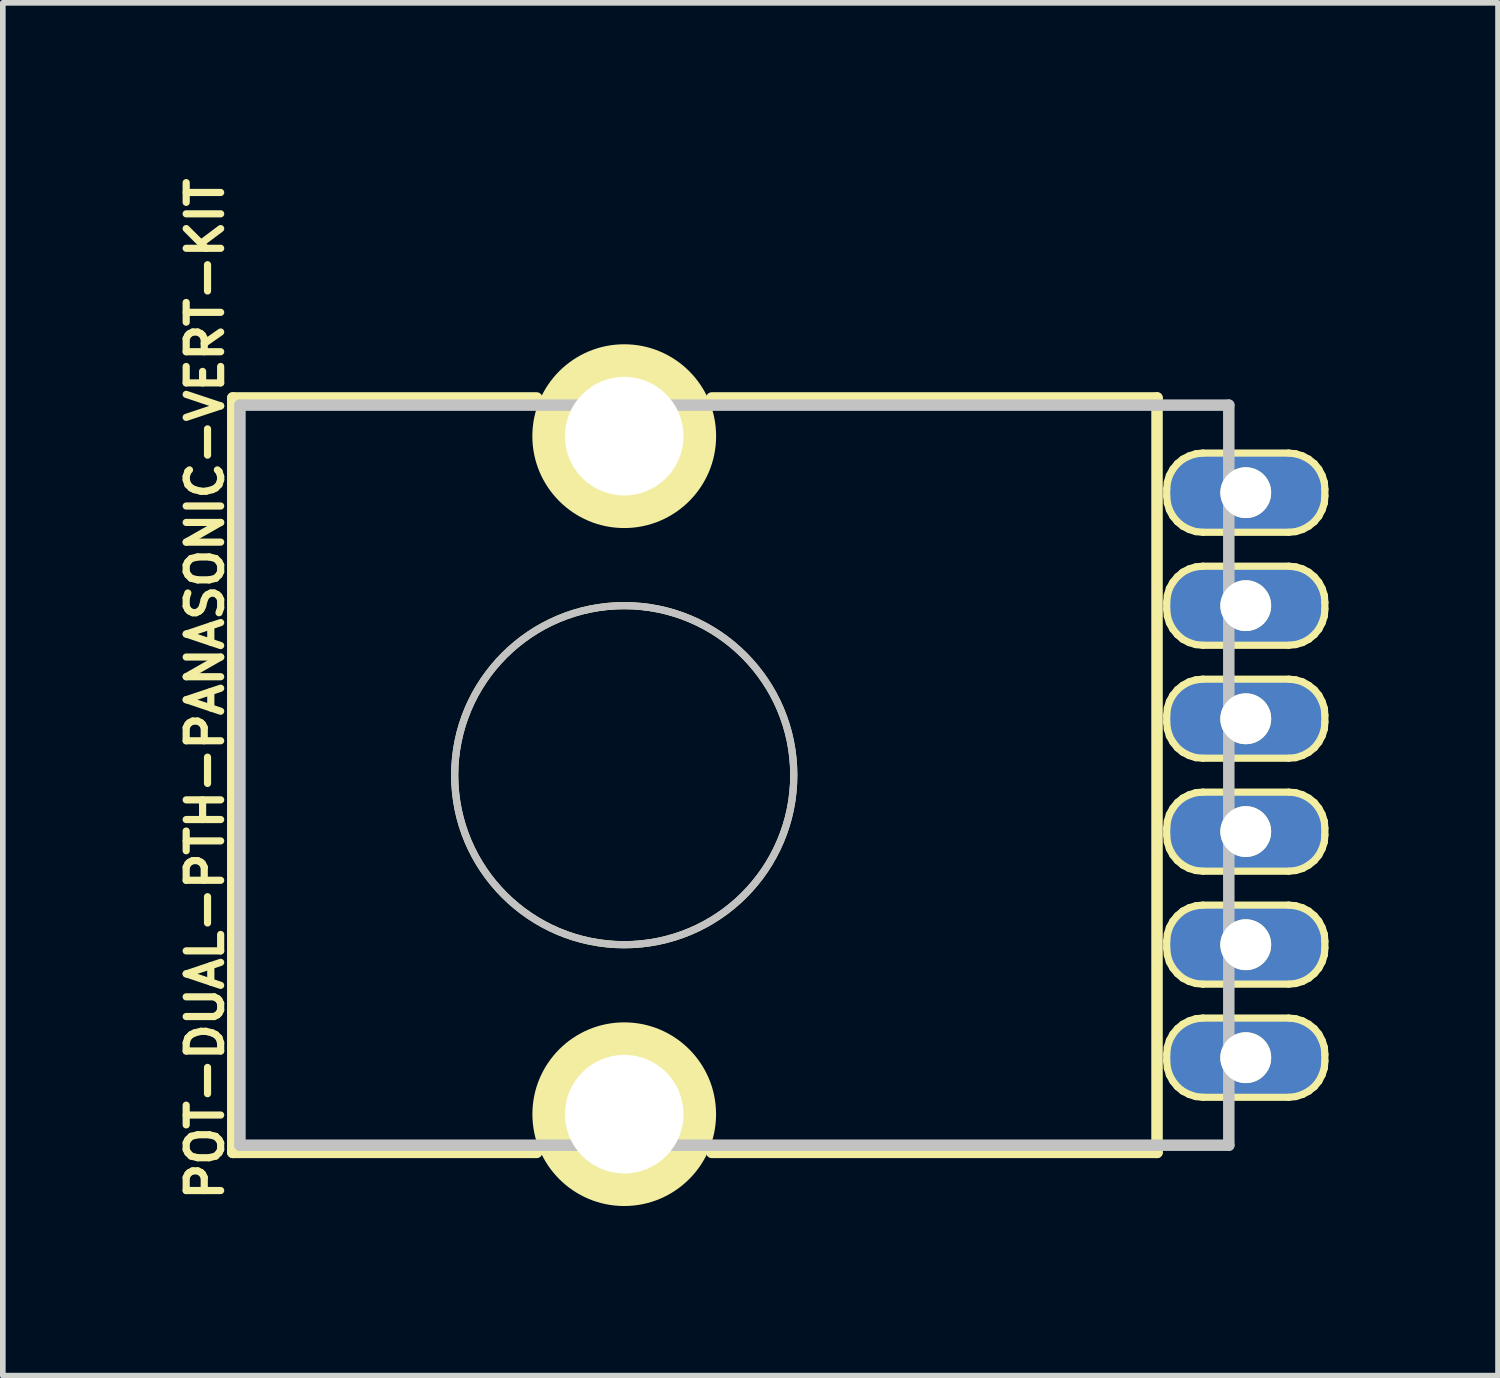
<source format=kicad_pcb>
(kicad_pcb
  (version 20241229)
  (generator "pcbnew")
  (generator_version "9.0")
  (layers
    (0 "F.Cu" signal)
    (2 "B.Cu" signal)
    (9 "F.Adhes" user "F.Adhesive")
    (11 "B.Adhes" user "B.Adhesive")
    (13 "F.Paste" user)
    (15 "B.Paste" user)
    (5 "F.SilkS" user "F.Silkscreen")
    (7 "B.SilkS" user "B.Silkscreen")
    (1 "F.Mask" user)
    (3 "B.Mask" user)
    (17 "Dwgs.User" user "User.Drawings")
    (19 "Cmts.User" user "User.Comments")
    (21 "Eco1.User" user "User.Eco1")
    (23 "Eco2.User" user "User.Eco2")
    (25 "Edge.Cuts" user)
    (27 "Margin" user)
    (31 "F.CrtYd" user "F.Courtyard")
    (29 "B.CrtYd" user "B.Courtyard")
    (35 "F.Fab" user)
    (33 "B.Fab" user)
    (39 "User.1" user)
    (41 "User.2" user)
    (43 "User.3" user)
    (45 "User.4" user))
  (footprint "POT-DUAL-PTH-PANASONIC-VERT-KIT"
    (layer "F.Cu")
    (at 7.996 10.667)
    (property "Reference" "POT-DUAL-PTH-PANASONIC-VERT-KIT" (at -7.417 -1.524 90) (layer "F.SilkS") (effects (font (size 0.61 0.61) (thickness 0.127))))
    (attr exclude_from_pos_files exclude_from_bom)
    (fp_line (start -6.927 -6.675) (end -1.549 -6.675) (stroke (width 0.203) (type solid)) (layer "F.SilkS"))
    (fp_line (start -6.927 6.675) (end -6.927 -6.675) (stroke (width 0.203) (type solid)) (layer "F.SilkS"))
    (fp_line (start -1.549 6.675) (end -6.927 6.675) (stroke (width 0.203) (type solid)) (layer "F.SilkS"))
    (fp_line (start 1.549 -6.675) (end 9.428 -6.675) (stroke (width 0.203) (type solid)) (layer "F.SilkS"))
    (fp_line (start 9.428 -6.675) (end 9.428 6.675) (stroke (width 0.203) (type solid)) (layer "F.SilkS"))
    (fp_line (start 9.428 6.675) (end 1.549 6.675) (stroke (width 0.203) (type solid)) (layer "F.SilkS"))
    (fp_line (start 9.599 -5.06) (end 9.611 -5.184) (stroke (width 0.127) (type solid)) (layer "F.SilkS"))
    (fp_line (start 9.599 -4.94) (end 9.599 -5.06) (stroke (width 0.127) (type solid)) (layer "F.SilkS"))
    (fp_line (start 9.599 -3.058) (end 9.611 -3.183) (stroke (width 0.127) (type solid)) (layer "F.SilkS"))
    (fp_line (start 9.599 -2.939) (end 9.599 -3.058) (stroke (width 0.127) (type solid)) (layer "F.SilkS"))
    (fp_line (start 9.599 -1.059) (end 9.611 -1.184) (stroke (width 0.127) (type solid)) (layer "F.SilkS"))
    (fp_line (start 9.599 -0.94) (end 9.599 -1.059) (stroke (width 0.127) (type solid)) (layer "F.SilkS"))
    (fp_line (start 9.599 0.94) (end 9.611 0.815) (stroke (width 0.127) (type solid)) (layer "F.SilkS"))
    (fp_line (start 9.599 1.059) (end 9.599 0.94) (stroke (width 0.127) (type solid)) (layer "F.SilkS"))
    (fp_line (start 9.599 2.939) (end 9.611 2.814) (stroke (width 0.127) (type solid)) (layer "F.SilkS"))
    (fp_line (start 9.599 3.058) (end 9.599 2.939) (stroke (width 0.127) (type solid)) (layer "F.SilkS"))
    (fp_line (start 9.599 4.94) (end 9.611 4.813) (stroke (width 0.127) (type solid)) (layer "F.SilkS"))
    (fp_line (start 9.599 5.06) (end 9.599 4.94) (stroke (width 0.127) (type solid)) (layer "F.SilkS"))
    (fp_line (start 9.611 -5.184) (end 9.647 -5.304) (stroke (width 0.127) (type solid)) (layer "F.SilkS"))
    (fp_line (start 9.611 -4.813) (end 9.599 -4.94) (stroke (width 0.127) (type solid)) (layer "F.SilkS"))
    (fp_line (start 9.611 -3.183) (end 9.647 -3.305) (stroke (width 0.127) (type solid)) (layer "F.SilkS"))
    (fp_line (start 9.611 -2.814) (end 9.599 -2.939) (stroke (width 0.127) (type solid)) (layer "F.SilkS"))
    (fp_line (start 9.611 -1.184) (end 9.647 -1.303) (stroke (width 0.127) (type solid)) (layer "F.SilkS"))
    (fp_line (start 9.611 -0.815) (end 9.599 -0.94) (stroke (width 0.127) (type solid)) (layer "F.SilkS"))
    (fp_line (start 9.611 0.815) (end 9.647 0.693) (stroke (width 0.127) (type solid)) (layer "F.SilkS"))
    (fp_line (start 9.611 1.184) (end 9.599 1.059) (stroke (width 0.127) (type solid)) (layer "F.SilkS"))
    (fp_line (start 9.611 2.814) (end 9.647 2.695) (stroke (width 0.127) (type solid)) (layer "F.SilkS"))
    (fp_line (start 9.611 3.183) (end 9.599 3.058) (stroke (width 0.127) (type solid)) (layer "F.SilkS"))
    (fp_line (start 9.611 4.813) (end 9.647 4.694) (stroke (width 0.127) (type solid)) (layer "F.SilkS"))
    (fp_line (start 9.611 5.184) (end 9.599 5.06) (stroke (width 0.127) (type solid)) (layer "F.SilkS"))
    (fp_line (start 9.647 -5.304) (end 9.708 -5.415) (stroke (width 0.127) (type solid)) (layer "F.SilkS"))
    (fp_line (start 9.647 -4.694) (end 9.611 -4.813) (stroke (width 0.127) (type solid)) (layer "F.SilkS"))
    (fp_line (start 9.647 -3.305) (end 9.708 -3.414) (stroke (width 0.127) (type solid)) (layer "F.SilkS"))
    (fp_line (start 9.647 -2.695) (end 9.611 -2.814) (stroke (width 0.127) (type solid)) (layer "F.SilkS"))
    (fp_line (start 9.647 -1.303) (end 9.708 -1.415) (stroke (width 0.127) (type solid)) (layer "F.SilkS"))
    (fp_line (start 9.647 -0.693) (end 9.611 -0.815) (stroke (width 0.127) (type solid)) (layer "F.SilkS"))
    (fp_line (start 9.647 0.693) (end 9.708 0.584) (stroke (width 0.127) (type solid)) (layer "F.SilkS"))
    (fp_line (start 9.647 1.303) (end 9.611 1.184) (stroke (width 0.127) (type solid)) (layer "F.SilkS"))
    (fp_line (start 9.647 2.695) (end 9.708 2.583) (stroke (width 0.127) (type solid)) (layer "F.SilkS"))
    (fp_line (start 9.647 3.305) (end 9.611 3.183) (stroke (width 0.127) (type solid)) (layer "F.SilkS"))
    (fp_line (start 9.647 4.694) (end 9.708 4.582) (stroke (width 0.127) (type solid)) (layer "F.SilkS"))
    (fp_line (start 9.647 5.304) (end 9.611 5.184) (stroke (width 0.127) (type solid)) (layer "F.SilkS"))
    (fp_line (start 9.708 -5.415) (end 9.787 -5.512) (stroke (width 0.127) (type solid)) (layer "F.SilkS"))
    (fp_line (start 9.708 -4.582) (end 9.647 -4.694) (stroke (width 0.127) (type solid)) (layer "F.SilkS"))
    (fp_line (start 9.708 -3.414) (end 9.787 -3.51) (stroke (width 0.127) (type solid)) (layer "F.SilkS"))
    (fp_line (start 9.708 -2.583) (end 9.647 -2.695) (stroke (width 0.127) (type solid)) (layer "F.SilkS"))
    (fp_line (start 9.708 -1.415) (end 9.787 -1.511) (stroke (width 0.127) (type solid)) (layer "F.SilkS"))
    (fp_line (start 9.708 -0.584) (end 9.647 -0.693) (stroke (width 0.127) (type solid)) (layer "F.SilkS"))
    (fp_line (start 9.708 0.584) (end 9.787 0.485) (stroke (width 0.127) (type solid)) (layer "F.SilkS"))
    (fp_line (start 9.708 1.415) (end 9.647 1.303) (stroke (width 0.127) (type solid)) (layer "F.SilkS"))
    (fp_line (start 9.708 2.583) (end 9.787 2.487) (stroke (width 0.127) (type solid)) (layer "F.SilkS"))
    (fp_line (start 9.708 3.414) (end 9.647 3.305) (stroke (width 0.127) (type solid)) (layer "F.SilkS"))
    (fp_line (start 9.708 4.582) (end 9.787 4.486) (stroke (width 0.127) (type solid)) (layer "F.SilkS"))
    (fp_line (start 9.708 5.415) (end 9.647 5.304) (stroke (width 0.127) (type solid)) (layer "F.SilkS"))
    (fp_line (start 9.787 -5.512) (end 9.883 -5.591) (stroke (width 0.127) (type solid)) (layer "F.SilkS"))
    (fp_line (start 9.787 -4.486) (end 9.708 -4.582) (stroke (width 0.127) (type solid)) (layer "F.SilkS"))
    (fp_line (start 9.787 -3.51) (end 9.883 -3.592) (stroke (width 0.127) (type solid)) (layer "F.SilkS"))
    (fp_line (start 9.787 -2.487) (end 9.708 -2.583) (stroke (width 0.127) (type solid)) (layer "F.SilkS"))
    (fp_line (start 9.787 -1.511) (end 9.883 -1.59) (stroke (width 0.127) (type solid)) (layer "F.SilkS"))
    (fp_line (start 9.787 -0.485) (end 9.708 -0.584) (stroke (width 0.127) (type solid)) (layer "F.SilkS"))
    (fp_line (start 9.787 0.485) (end 9.883 0.406) (stroke (width 0.127) (type solid)) (layer "F.SilkS"))
    (fp_line (start 9.787 1.511) (end 9.708 1.415) (stroke (width 0.127) (type solid)) (layer "F.SilkS"))
    (fp_line (start 9.787 2.487) (end 9.883 2.405) (stroke (width 0.127) (type solid)) (layer "F.SilkS"))
    (fp_line (start 9.787 3.51) (end 9.708 3.414) (stroke (width 0.127) (type solid)) (layer "F.SilkS"))
    (fp_line (start 9.787 4.486) (end 9.883 4.407) (stroke (width 0.127) (type solid)) (layer "F.SilkS"))
    (fp_line (start 9.787 5.512) (end 9.708 5.415) (stroke (width 0.127) (type solid)) (layer "F.SilkS"))
    (fp_line (start 9.883 -5.591) (end 9.995 -5.649) (stroke (width 0.127) (type solid)) (layer "F.SilkS"))
    (fp_line (start 9.883 -4.407) (end 9.787 -4.486) (stroke (width 0.127) (type solid)) (layer "F.SilkS"))
    (fp_line (start 9.883 -3.592) (end 9.995 -3.65) (stroke (width 0.127) (type solid)) (layer "F.SilkS"))
    (fp_line (start 9.883 -2.405) (end 9.787 -2.487) (stroke (width 0.127) (type solid)) (layer "F.SilkS"))
    (fp_line (start 9.883 -1.59) (end 9.995 -1.651) (stroke (width 0.127) (type solid)) (layer "F.SilkS"))
    (fp_line (start 9.883 -0.406) (end 9.787 -0.485) (stroke (width 0.127) (type solid)) (layer "F.SilkS"))
    (fp_line (start 9.883 0.406) (end 9.995 0.348) (stroke (width 0.127) (type solid)) (layer "F.SilkS"))
    (fp_line (start 9.883 1.59) (end 9.787 1.511) (stroke (width 0.127) (type solid)) (layer "F.SilkS"))
    (fp_line (start 9.883 2.405) (end 9.995 2.347) (stroke (width 0.127) (type solid)) (layer "F.SilkS"))
    (fp_line (start 9.883 3.592) (end 9.787 3.51) (stroke (width 0.127) (type solid)) (layer "F.SilkS"))
    (fp_line (start 9.883 4.407) (end 9.995 4.348) (stroke (width 0.127) (type solid)) (layer "F.SilkS"))
    (fp_line (start 9.883 5.591) (end 9.787 5.512) (stroke (width 0.127) (type solid)) (layer "F.SilkS"))
    (fp_line (start 9.995 -5.649) (end 10.114 -5.687) (stroke (width 0.127) (type solid)) (layer "F.SilkS"))
    (fp_line (start 9.995 -4.348) (end 9.883 -4.407) (stroke (width 0.127) (type solid)) (layer "F.SilkS"))
    (fp_line (start 9.995 -3.65) (end 10.114 -3.686) (stroke (width 0.127) (type solid)) (layer "F.SilkS"))
    (fp_line (start 9.995 -2.347) (end 9.883 -2.405) (stroke (width 0.127) (type solid)) (layer "F.SilkS"))
    (fp_line (start 9.995 -1.651) (end 10.114 -1.687) (stroke (width 0.127) (type solid)) (layer "F.SilkS"))
    (fp_line (start 9.995 -0.348) (end 9.883 -0.406) (stroke (width 0.127) (type solid)) (layer "F.SilkS"))
    (fp_line (start 9.995 0.348) (end 10.114 0.31) (stroke (width 0.127) (type solid)) (layer "F.SilkS"))
    (fp_line (start 9.995 1.651) (end 9.883 1.59) (stroke (width 0.127) (type solid)) (layer "F.SilkS"))
    (fp_line (start 9.995 2.347) (end 10.114 2.311) (stroke (width 0.127) (type solid)) (layer "F.SilkS"))
    (fp_line (start 9.995 3.65) (end 9.883 3.592) (stroke (width 0.127) (type solid)) (layer "F.SilkS"))
    (fp_line (start 9.995 4.348) (end 10.114 4.31) (stroke (width 0.127) (type solid)) (layer "F.SilkS"))
    (fp_line (start 9.995 5.649) (end 9.883 5.591) (stroke (width 0.127) (type solid)) (layer "F.SilkS"))
    (fp_line (start 10.114 -5.687) (end 10.239 -5.7) (stroke (width 0.127) (type solid)) (layer "F.SilkS"))
    (fp_line (start 10.114 -4.31) (end 9.995 -4.348) (stroke (width 0.127) (type solid)) (layer "F.SilkS"))
    (fp_line (start 10.114 -3.686) (end 10.239 -3.698) (stroke (width 0.127) (type solid)) (layer "F.SilkS"))
    (fp_line (start 10.114 -2.311) (end 9.995 -2.347) (stroke (width 0.127) (type solid)) (layer "F.SilkS"))
    (fp_line (start 10.114 -1.687) (end 10.239 -1.699) (stroke (width 0.127) (type solid)) (layer "F.SilkS"))
    (fp_line (start 10.114 -0.31) (end 9.995 -0.348) (stroke (width 0.127) (type solid)) (layer "F.SilkS"))
    (fp_line (start 10.114 0.31) (end 10.239 0.3) (stroke (width 0.127) (type solid)) (layer "F.SilkS"))
    (fp_line (start 10.114 1.687) (end 9.995 1.651) (stroke (width 0.127) (type solid)) (layer "F.SilkS"))
    (fp_line (start 10.114 2.311) (end 10.239 2.299) (stroke (width 0.127) (type solid)) (layer "F.SilkS"))
    (fp_line (start 10.114 3.686) (end 9.995 3.65) (stroke (width 0.127) (type solid)) (layer "F.SilkS"))
    (fp_line (start 10.114 4.31) (end 10.239 4.298) (stroke (width 0.127) (type solid)) (layer "F.SilkS"))
    (fp_line (start 10.114 5.687) (end 9.995 5.649) (stroke (width 0.127) (type solid)) (layer "F.SilkS"))
    (fp_line (start 10.239 -5.7) (end 11.758 -5.7) (stroke (width 0.127) (type solid)) (layer "F.SilkS"))
    (fp_line (start 10.239 -4.298) (end 10.114 -4.31) (stroke (width 0.127) (type solid)) (layer "F.SilkS"))
    (fp_line (start 10.239 -3.698) (end 11.758 -3.698) (stroke (width 0.127) (type solid)) (layer "F.SilkS"))
    (fp_line (start 10.239 -2.299) (end 10.114 -2.311) (stroke (width 0.127) (type solid)) (layer "F.SilkS"))
    (fp_line (start 10.239 -1.699) (end 11.758 -1.699) (stroke (width 0.127) (type solid)) (layer "F.SilkS"))
    (fp_line (start 10.239 -0.3) (end 10.114 -0.31) (stroke (width 0.127) (type solid)) (layer "F.SilkS"))
    (fp_line (start 10.239 0.3) (end 11.758 0.3) (stroke (width 0.127) (type solid)) (layer "F.SilkS"))
    (fp_line (start 10.239 1.699) (end 10.114 1.687) (stroke (width 0.127) (type solid)) (layer "F.SilkS"))
    (fp_line (start 10.239 2.299) (end 11.758 2.299) (stroke (width 0.127) (type solid)) (layer "F.SilkS"))
    (fp_line (start 10.239 3.698) (end 10.114 3.686) (stroke (width 0.127) (type solid)) (layer "F.SilkS"))
    (fp_line (start 10.239 4.298) (end 11.758 4.298) (stroke (width 0.127) (type solid)) (layer "F.SilkS"))
    (fp_line (start 10.239 5.7) (end 10.114 5.687) (stroke (width 0.127) (type solid)) (layer "F.SilkS"))
    (fp_line (start 11.758 -5.7) (end 11.882 -5.687) (stroke (width 0.127) (type solid)) (layer "F.SilkS"))
    (fp_line (start 11.758 -4.298) (end 10.239 -4.298) (stroke (width 0.127) (type solid)) (layer "F.SilkS"))
    (fp_line (start 11.758 -3.698) (end 11.882 -3.686) (stroke (width 0.127) (type solid)) (layer "F.SilkS"))
    (fp_line (start 11.758 -2.299) (end 10.239 -2.299) (stroke (width 0.127) (type solid)) (layer "F.SilkS"))
    (fp_line (start 11.758 -1.699) (end 11.882 -1.687) (stroke (width 0.127) (type solid)) (layer "F.SilkS"))
    (fp_line (start 11.758 -0.3) (end 10.239 -0.3) (stroke (width 0.127) (type solid)) (layer "F.SilkS"))
    (fp_line (start 11.758 0.3) (end 11.882 0.31) (stroke (width 0.127) (type solid)) (layer "F.SilkS"))
    (fp_line (start 11.758 1.699) (end 10.239 1.699) (stroke (width 0.127) (type solid)) (layer "F.SilkS"))
    (fp_line (start 11.758 2.299) (end 11.882 2.311) (stroke (width 0.127) (type solid)) (layer "F.SilkS"))
    (fp_line (start 11.758 3.698) (end 10.239 3.698) (stroke (width 0.127) (type solid)) (layer "F.SilkS"))
    (fp_line (start 11.758 4.298) (end 11.882 4.31) (stroke (width 0.127) (type solid)) (layer "F.SilkS"))
    (fp_line (start 11.758 5.7) (end 10.239 5.7) (stroke (width 0.127) (type solid)) (layer "F.SilkS"))
    (fp_line (start 11.882 -5.687) (end 12.004 -5.649) (stroke (width 0.127) (type solid)) (layer "F.SilkS"))
    (fp_line (start 11.882 -4.31) (end 11.758 -4.298) (stroke (width 0.127) (type solid)) (layer "F.SilkS"))
    (fp_line (start 11.882 -3.686) (end 12.004 -3.65) (stroke (width 0.127) (type solid)) (layer "F.SilkS"))
    (fp_line (start 11.882 -2.311) (end 11.758 -2.299) (stroke (width 0.127) (type solid)) (layer "F.SilkS"))
    (fp_line (start 11.882 -1.687) (end 12.004 -1.651) (stroke (width 0.127) (type solid)) (layer "F.SilkS"))
    (fp_line (start 11.882 -0.31) (end 11.758 -0.3) (stroke (width 0.127) (type solid)) (layer "F.SilkS"))
    (fp_line (start 11.882 0.31) (end 12.004 0.348) (stroke (width 0.127) (type solid)) (layer "F.SilkS"))
    (fp_line (start 11.882 1.687) (end 11.758 1.699) (stroke (width 0.127) (type solid)) (layer "F.SilkS"))
    (fp_line (start 11.882 2.311) (end 12.004 2.347) (stroke (width 0.127) (type solid)) (layer "F.SilkS"))
    (fp_line (start 11.882 3.686) (end 11.758 3.698) (stroke (width 0.127) (type solid)) (layer "F.SilkS"))
    (fp_line (start 11.882 4.31) (end 12.004 4.348) (stroke (width 0.127) (type solid)) (layer "F.SilkS"))
    (fp_line (start 11.882 5.687) (end 11.758 5.7) (stroke (width 0.127) (type solid)) (layer "F.SilkS"))
    (fp_line (start 12.004 -5.649) (end 12.113 -5.591) (stroke (width 0.127) (type solid)) (layer "F.SilkS"))
    (fp_line (start 12.004 -4.348) (end 11.882 -4.31) (stroke (width 0.127) (type solid)) (layer "F.SilkS"))
    (fp_line (start 12.004 -3.65) (end 12.113 -3.592) (stroke (width 0.127) (type solid)) (layer "F.SilkS"))
    (fp_line (start 12.004 -2.347) (end 11.882 -2.311) (stroke (width 0.127) (type solid)) (layer "F.SilkS"))
    (fp_line (start 12.004 -1.651) (end 12.113 -1.59) (stroke (width 0.127) (type solid)) (layer "F.SilkS"))
    (fp_line (start 12.004 -0.348) (end 11.882 -0.31) (stroke (width 0.127) (type solid)) (layer "F.SilkS"))
    (fp_line (start 12.004 0.348) (end 12.113 0.406) (stroke (width 0.127) (type solid)) (layer "F.SilkS"))
    (fp_line (start 12.004 1.651) (end 11.882 1.687) (stroke (width 0.127) (type solid)) (layer "F.SilkS"))
    (fp_line (start 12.004 2.347) (end 12.113 2.405) (stroke (width 0.127) (type solid)) (layer "F.SilkS"))
    (fp_line (start 12.004 3.65) (end 11.882 3.686) (stroke (width 0.127) (type solid)) (layer "F.SilkS"))
    (fp_line (start 12.004 4.348) (end 12.113 4.407) (stroke (width 0.127) (type solid)) (layer "F.SilkS"))
    (fp_line (start 12.004 5.649) (end 11.882 5.687) (stroke (width 0.127) (type solid)) (layer "F.SilkS"))
    (fp_line (start 12.113 -5.591) (end 12.212 -5.512) (stroke (width 0.127) (type solid)) (layer "F.SilkS"))
    (fp_line (start 12.113 -4.407) (end 12.004 -4.348) (stroke (width 0.127) (type solid)) (layer "F.SilkS"))
    (fp_line (start 12.113 -3.592) (end 12.212 -3.51) (stroke (width 0.127) (type solid)) (layer "F.SilkS"))
    (fp_line (start 12.113 -2.405) (end 12.004 -2.347) (stroke (width 0.127) (type solid)) (layer "F.SilkS"))
    (fp_line (start 12.113 -1.59) (end 12.212 -1.511) (stroke (width 0.127) (type solid)) (layer "F.SilkS"))
    (fp_line (start 12.113 -0.406) (end 12.004 -0.348) (stroke (width 0.127) (type solid)) (layer "F.SilkS"))
    (fp_line (start 12.113 0.406) (end 12.212 0.485) (stroke (width 0.127) (type solid)) (layer "F.SilkS"))
    (fp_line (start 12.113 1.59) (end 12.004 1.651) (stroke (width 0.127) (type solid)) (layer "F.SilkS"))
    (fp_line (start 12.113 2.405) (end 12.212 2.487) (stroke (width 0.127) (type solid)) (layer "F.SilkS"))
    (fp_line (start 12.113 3.592) (end 12.004 3.65) (stroke (width 0.127) (type solid)) (layer "F.SilkS"))
    (fp_line (start 12.113 4.407) (end 12.212 4.486) (stroke (width 0.127) (type solid)) (layer "F.SilkS"))
    (fp_line (start 12.113 5.591) (end 12.004 5.649) (stroke (width 0.127) (type solid)) (layer "F.SilkS"))
    (fp_line (start 12.212 -5.512) (end 12.291 -5.415) (stroke (width 0.127) (type solid)) (layer "F.SilkS"))
    (fp_line (start 12.212 -4.486) (end 12.113 -4.407) (stroke (width 0.127) (type solid)) (layer "F.SilkS"))
    (fp_line (start 12.212 -3.51) (end 12.291 -3.414) (stroke (width 0.127) (type solid)) (layer "F.SilkS"))
    (fp_line (start 12.212 -2.487) (end 12.113 -2.405) (stroke (width 0.127) (type solid)) (layer "F.SilkS"))
    (fp_line (start 12.212 -1.511) (end 12.291 -1.415) (stroke (width 0.127) (type solid)) (layer "F.SilkS"))
    (fp_line (start 12.212 -0.485) (end 12.113 -0.406) (stroke (width 0.127) (type solid)) (layer "F.SilkS"))
    (fp_line (start 12.212 0.485) (end 12.291 0.584) (stroke (width 0.127) (type solid)) (layer "F.SilkS"))
    (fp_line (start 12.212 1.511) (end 12.113 1.59) (stroke (width 0.127) (type solid)) (layer "F.SilkS"))
    (fp_line (start 12.212 2.487) (end 12.291 2.583) (stroke (width 0.127) (type solid)) (layer "F.SilkS"))
    (fp_line (start 12.212 3.51) (end 12.113 3.592) (stroke (width 0.127) (type solid)) (layer "F.SilkS"))
    (fp_line (start 12.212 4.486) (end 12.291 4.582) (stroke (width 0.127) (type solid)) (layer "F.SilkS"))
    (fp_line (start 12.212 5.512) (end 12.113 5.591) (stroke (width 0.127) (type solid)) (layer "F.SilkS"))
    (fp_line (start 12.291 -5.415) (end 12.349 -5.304) (stroke (width 0.127) (type solid)) (layer "F.SilkS"))
    (fp_line (start 12.291 -4.582) (end 12.212 -4.486) (stroke (width 0.127) (type solid)) (layer "F.SilkS"))
    (fp_line (start 12.291 -3.414) (end 12.349 -3.305) (stroke (width 0.127) (type solid)) (layer "F.SilkS"))
    (fp_line (start 12.291 -2.583) (end 12.212 -2.487) (stroke (width 0.127) (type solid)) (layer "F.SilkS"))
    (fp_line (start 12.291 -1.415) (end 12.349 -1.303) (stroke (width 0.127) (type solid)) (layer "F.SilkS"))
    (fp_line (start 12.291 -0.584) (end 12.212 -0.485) (stroke (width 0.127) (type solid)) (layer "F.SilkS"))
    (fp_line (start 12.291 0.584) (end 12.349 0.693) (stroke (width 0.127) (type solid)) (layer "F.SilkS"))
    (fp_line (start 12.291 1.415) (end 12.212 1.511) (stroke (width 0.127) (type solid)) (layer "F.SilkS"))
    (fp_line (start 12.291 2.583) (end 12.349 2.695) (stroke (width 0.127) (type solid)) (layer "F.SilkS"))
    (fp_line (start 12.291 3.414) (end 12.212 3.51) (stroke (width 0.127) (type solid)) (layer "F.SilkS"))
    (fp_line (start 12.291 4.582) (end 12.349 4.694) (stroke (width 0.127) (type solid)) (layer "F.SilkS"))
    (fp_line (start 12.291 5.415) (end 12.212 5.512) (stroke (width 0.127) (type solid)) (layer "F.SilkS"))
    (fp_line (start 12.349 -5.304) (end 12.388 -5.184) (stroke (width 0.127) (type solid)) (layer "F.SilkS"))
    (fp_line (start 12.349 -4.694) (end 12.291 -4.582) (stroke (width 0.127) (type solid)) (layer "F.SilkS"))
    (fp_line (start 12.349 -3.305) (end 12.388 -3.183) (stroke (width 0.127) (type solid)) (layer "F.SilkS"))
    (fp_line (start 12.349 -2.695) (end 12.291 -2.583) (stroke (width 0.127) (type solid)) (layer "F.SilkS"))
    (fp_line (start 12.349 -1.303) (end 12.388 -1.184) (stroke (width 0.127) (type solid)) (layer "F.SilkS"))
    (fp_line (start 12.349 -0.693) (end 12.291 -0.584) (stroke (width 0.127) (type solid)) (layer "F.SilkS"))
    (fp_line (start 12.349 0.693) (end 12.388 0.815) (stroke (width 0.127) (type solid)) (layer "F.SilkS"))
    (fp_line (start 12.349 1.303) (end 12.291 1.415) (stroke (width 0.127) (type solid)) (layer "F.SilkS"))
    (fp_line (start 12.349 2.695) (end 12.388 2.814) (stroke (width 0.127) (type solid)) (layer "F.SilkS"))
    (fp_line (start 12.349 3.305) (end 12.291 3.414) (stroke (width 0.127) (type solid)) (layer "F.SilkS"))
    (fp_line (start 12.349 4.694) (end 12.388 4.813) (stroke (width 0.127) (type solid)) (layer "F.SilkS"))
    (fp_line (start 12.349 5.304) (end 12.291 5.415) (stroke (width 0.127) (type solid)) (layer "F.SilkS"))
    (fp_line (start 12.388 -5.184) (end 12.398 -5.06) (stroke (width 0.127) (type solid)) (layer "F.SilkS"))
    (fp_line (start 12.388 -4.813) (end 12.349 -4.694) (stroke (width 0.127) (type solid)) (layer "F.SilkS"))
    (fp_line (start 12.388 -3.183) (end 12.398 -3.058) (stroke (width 0.127) (type solid)) (layer "F.SilkS"))
    (fp_line (start 12.388 -2.814) (end 12.349 -2.695) (stroke (width 0.127) (type solid)) (layer "F.SilkS"))
    (fp_line (start 12.388 -1.184) (end 12.398 -1.059) (stroke (width 0.127) (type solid)) (layer "F.SilkS"))
    (fp_line (start 12.388 -0.815) (end 12.349 -0.693) (stroke (width 0.127) (type solid)) (layer "F.SilkS"))
    (fp_line (start 12.388 0.815) (end 12.398 0.94) (stroke (width 0.127) (type solid)) (layer "F.SilkS"))
    (fp_line (start 12.388 1.184) (end 12.349 1.303) (stroke (width 0.127) (type solid)) (layer "F.SilkS"))
    (fp_line (start 12.388 2.814) (end 12.398 2.939) (stroke (width 0.127) (type solid)) (layer "F.SilkS"))
    (fp_line (start 12.388 3.183) (end 12.349 3.305) (stroke (width 0.127) (type solid)) (layer "F.SilkS"))
    (fp_line (start 12.388 4.813) (end 12.398 4.94) (stroke (width 0.127) (type solid)) (layer "F.SilkS"))
    (fp_line (start 12.388 5.184) (end 12.349 5.304) (stroke (width 0.127) (type solid)) (layer "F.SilkS"))
    (fp_line (start 12.398 -5.06) (end 12.398 -4.94) (stroke (width 0.127) (type solid)) (layer "F.SilkS"))
    (fp_line (start 12.398 -4.94) (end 12.388 -4.813) (stroke (width 0.127) (type solid)) (layer "F.SilkS"))
    (fp_line (start 12.398 -3.058) (end 12.398 -2.939) (stroke (width 0.127) (type solid)) (layer "F.SilkS"))
    (fp_line (start 12.398 -2.939) (end 12.388 -2.814) (stroke (width 0.127) (type solid)) (layer "F.SilkS"))
    (fp_line (start 12.398 -1.059) (end 12.398 -0.94) (stroke (width 0.127) (type solid)) (layer "F.SilkS"))
    (fp_line (start 12.398 -0.94) (end 12.388 -0.815) (stroke (width 0.127) (type solid)) (layer "F.SilkS"))
    (fp_line (start 12.398 0.94) (end 12.398 1.059) (stroke (width 0.127) (type solid)) (layer "F.SilkS"))
    (fp_line (start 12.398 1.059) (end 12.388 1.184) (stroke (width 0.127) (type solid)) (layer "F.SilkS"))
    (fp_line (start 12.398 2.939) (end 12.398 3.058) (stroke (width 0.127) (type solid)) (layer "F.SilkS"))
    (fp_line (start 12.398 3.058) (end 12.388 3.183) (stroke (width 0.127) (type solid)) (layer "F.SilkS"))
    (fp_line (start 12.398 4.94) (end 12.398 5.06) (stroke (width 0.127) (type solid)) (layer "F.SilkS"))
    (fp_line (start 12.398 5.06) (end 12.388 5.184) (stroke (width 0.127) (type solid)) (layer "F.SilkS"))
    (fp_circle (center 0 -5.999) (end 0 -7.625) (stroke (width 0) (type solid)) (fill yes) (layer "F.SilkS"))
    (fp_circle (center 0 -5.999) (end 0 -7.048) (stroke (width 0) (type solid)) (fill yes) (layer "F.SilkS"))
    (fp_circle (center 0 0) (end 0 -3) (stroke (width 0.127) (type solid)) (fill no) (layer "F.SilkS"))
    (fp_circle (center 0 5.999) (end 0 4.374) (stroke (width 0) (type solid)) (fill yes) (layer "F.SilkS"))
    (fp_circle (center 0 5.999) (end 0 4.95) (stroke (width 0) (type solid)) (fill yes) (layer "F.SilkS"))
    (fp_circle (center 10.998 -4.999) (end 10.998 -5.448) (stroke (width 0) (type solid)) (fill yes) (layer "F.SilkS"))
    (fp_circle (center 10.998 -3) (end 10.998 -3.449) (stroke (width 0) (type solid)) (fill yes) (layer "F.SilkS"))
    (fp_circle (center 10.998 -0.998) (end 10.998 -1.448) (stroke (width 0) (type solid)) (fill yes) (layer "F.SilkS"))
    (fp_circle (center 10.998 0.998) (end 10.998 0.549) (stroke (width 0) (type solid)) (fill yes) (layer "F.SilkS"))
    (fp_circle (center 10.998 3) (end 10.998 2.55) (stroke (width 0) (type solid)) (fill yes) (layer "F.SilkS"))
    (fp_circle (center 10.998 4.999) (end 10.998 4.549) (stroke (width 0) (type solid)) (fill yes) (layer "F.SilkS"))
    (fp_line (start -6.8 -6.548) (end 10.698 -6.548) (stroke (width 0.203) (type solid)) (layer "Dwgs.User"))
    (fp_line (start -6.8 6.548) (end -6.8 -6.548) (stroke (width 0.203) (type solid)) (layer "Dwgs.User"))
    (fp_line (start 10.698 -6.548) (end 10.698 6.548) (stroke (width 0.203) (type solid)) (layer "Dwgs.User"))
    (fp_line (start 10.698 6.548) (end -6.8 6.548) (stroke (width 0.203) (type solid)) (layer "Dwgs.User"))
    (fp_circle (center 0 0) (end 0 -3) (stroke (width 0.127) (type solid)) (fill no) (layer "Dwgs.User"))
    (pad "A1" thru_hole oval (at 10.998 3 90) (size 1.407 2.814) (drill 0.899) (layers "*.Cu" "*.Paste" "*.Mask"))
    (pad "A2" thru_hole oval (at 10.998 4.999 90) (size 1.407 2.814) (drill 0.899) (layers "*.Cu" "*.Paste" "*.Mask"))
    (pad "A3" thru_hole oval (at 10.998 -4.999 90) (size 1.407 2.814) (drill 0.899) (layers "*.Cu" "*.Paste" "*.Mask"))
    (pad "B1" thru_hole oval (at 10.998 0.998 90) (size 1.407 2.814) (drill 0.899) (layers "*.Cu" "*.Paste" "*.Mask"))
    (pad "B2" thru_hole oval (at 10.998 -0.998 90) (size 1.407 2.814) (drill 0.899) (layers "*.Cu" "*.Paste" "*.Mask"))
    (pad "B3" thru_hole oval (at 10.998 -3 90) (size 1.407 2.814) (drill 0.899) (layers "*.Cu" "*.Paste" "*.Mask"))
    (pad "P$4" thru_hole circle (at 0 5.999 90) (size 3.114 3.114) (drill 2.098) (layers "*.Cu" "*.Paste" "*.Mask"))
    (pad "P$5" thru_hole circle (at 0 -5.999 90) (size 3.114 3.114) (drill 2.098) (layers "*.Cu" "*.Paste" "*.Mask")))
  (gr_rect
    (start -3 -3)
    (end 23.458 21.292)
    (stroke (width 0.1) (type default))
    (fill no)
    (layer "Edge.Cuts")))
</source>
